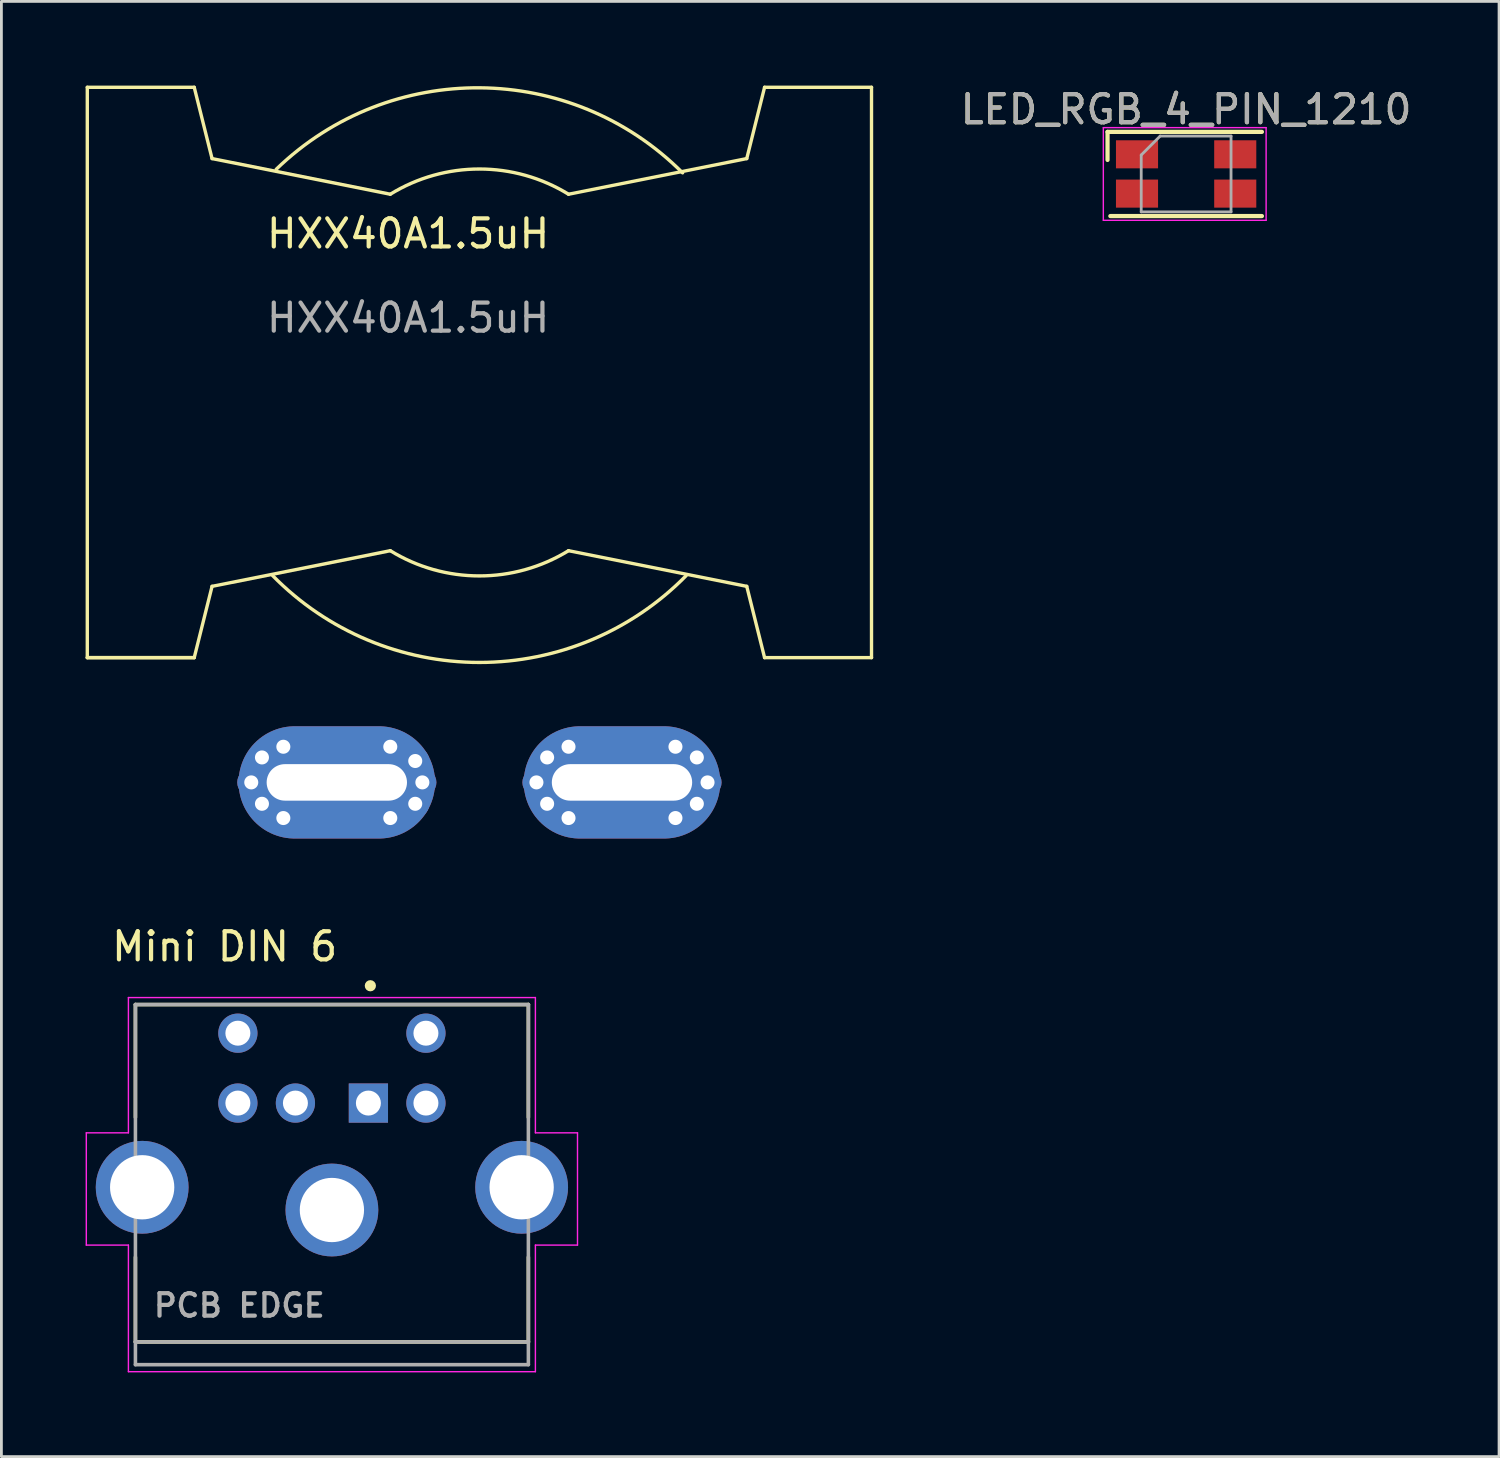
<source format=kicad_pcb>
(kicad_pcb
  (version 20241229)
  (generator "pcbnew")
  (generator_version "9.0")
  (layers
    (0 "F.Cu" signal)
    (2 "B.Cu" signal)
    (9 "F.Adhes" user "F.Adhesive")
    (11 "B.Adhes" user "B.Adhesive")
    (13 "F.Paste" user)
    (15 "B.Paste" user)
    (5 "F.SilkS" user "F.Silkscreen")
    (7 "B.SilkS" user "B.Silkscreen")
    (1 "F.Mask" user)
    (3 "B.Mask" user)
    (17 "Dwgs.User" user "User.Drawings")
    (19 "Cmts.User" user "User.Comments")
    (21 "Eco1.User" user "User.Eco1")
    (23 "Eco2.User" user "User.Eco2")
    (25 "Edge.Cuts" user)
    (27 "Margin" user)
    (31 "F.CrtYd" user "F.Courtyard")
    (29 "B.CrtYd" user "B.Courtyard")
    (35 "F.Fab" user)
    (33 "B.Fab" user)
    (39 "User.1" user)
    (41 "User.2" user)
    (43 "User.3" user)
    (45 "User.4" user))
  (footprint "HXX40A1.5uH"
    (layer "F.Cu")
    (at 14.03 10.22)
    (property "Reference" "HXX40A1.5uH" (at -2.54 -4.945 0) (unlocked yes) (layer "F.SilkS") (effects (font (size 1 1) (thickness 0.15))))
    (attr through_hole)
    (fp_line (start -13.97 -10.16) (end -10.16 -10.16) (stroke (width 0.12) (type solid)) (layer "F.SilkS"))
    (fp_line (start -13.97 10.16) (end -13.97 -10.16) (stroke (width 0.12) (type solid)) (layer "F.SilkS"))
    (fp_line (start -13.97 10.16) (end -10.16 10.16) (stroke (width 0.12) (type solid)) (layer "F.SilkS"))
    (fp_line (start -13.97 10.16) (end -10.16 10.16) (stroke (width 0.12) (type solid)) (layer "F.SilkS"))
    (fp_line (start -10.16 -10.16) (end -9.525 -7.62) (stroke (width 0.12) (type solid)) (layer "F.SilkS"))
    (fp_line (start -10.16 10.16) (end -9.525 7.62) (stroke (width 0.12) (type solid)) (layer "F.SilkS"))
    (fp_line (start -9.525 -7.62) (end -3.175 -6.35) (stroke (width 0.12) (type solid)) (layer "F.SilkS"))
    (fp_line (start -9.525 7.62) (end -3.175 6.35) (stroke (width 0.12) (type solid)) (layer "F.SilkS"))
    (fp_line (start 9.525 -7.62) (end 3.175 -6.35) (stroke (width 0.12) (type solid)) (layer "F.SilkS"))
    (fp_line (start 9.525 7.62) (end 3.175 6.35) (stroke (width 0.12) (type solid)) (layer "F.SilkS"))
    (fp_line (start 10.16 -10.16) (end 9.525 -7.62) (stroke (width 0.12) (type solid)) (layer "F.SilkS"))
    (fp_line (start 10.16 -10.16) (end 13.97 -10.16) (stroke (width 0.12) (type solid)) (layer "F.SilkS"))
    (fp_line (start 10.16 10.16) (end 9.525 7.62) (stroke (width 0.12) (type solid)) (layer "F.SilkS"))
    (fp_line (start 10.16 10.16) (end 13.97 10.16) (stroke (width 0.12) (type solid)) (layer "F.SilkS"))
    (fp_line (start 13.97 -10.16) (end 13.97 10.16) (stroke (width 0.12) (type solid)) (layer "F.SilkS"))
    (fp_arc (start -7.239 -7.239) (mid 0.04425 -10.140963) (end 7.239 -7.112) (stroke (width 0.12) (type solid)) (layer "F.SilkS"))
    (fp_arc (start -3.175 -6.35) (mid 0 -7.248512) (end 3.175 -6.35) (stroke (width 0.12) (type solid)) (layer "F.SilkS"))
    (fp_arc (start 3.175 6.35) (mid 0 7.248512) (end -3.175 6.35) (stroke (width 0.12) (type solid)) (layer "F.SilkS"))
    (fp_arc (start 7.366 7.239) (mid 0 10.331411) (end -7.366 7.239) (stroke (width 0.12) (type solid)) (layer "F.SilkS"))
    (fp_text user "${REFERENCE}" (at -2.54 -1.945 0) (unlocked yes) (layer "F.Fab") (effects (font (size 1 1) (thickness 0.15))))
    (pad "1" thru_hole circle (at -8.128 14.605) (size 1 1) (drill 0.5) (layers "*.Cu" "*.Mask"))
    (pad "1" thru_hole circle (at -7.747 13.716) (size 1 1) (drill 0.5) (layers "*.Cu" "*.Mask"))
    (pad "1" thru_hole circle (at -7.747 15.367) (size 1 1) (drill 0.5) (layers "*.Cu" "*.Mask"))
    (pad "1" thru_hole circle (at -6.985 13.335) (size 1 1) (drill 0.5) (layers "*.Cu" "*.Mask"))
    (pad "1" thru_hole circle (at -6.985 15.875) (size 1 1) (drill 0.5) (layers "*.Cu" "*.Mask"))
    (pad "1" thru_hole oval (at -5.08 14.605) (size 7 4) (drill oval 5 1.3) (layers "*.Cu" "*.Mask"))
    (pad "1" thru_hole circle (at -3.175 13.335) (size 1 1) (drill 0.5) (layers "*.Cu" "*.Mask"))
    (pad "1" thru_hole circle (at -3.175 15.875) (size 1 1) (drill 0.5) (layers "*.Cu" "*.Mask"))
    (pad "1" thru_hole circle (at -2.286 13.843) (size 1 1) (drill 0.5) (layers "*.Cu" "*.Mask"))
    (pad "1" thru_hole circle (at -2.286 15.367) (size 1 1) (drill 0.5) (layers "*.Cu" "*.Mask"))
    (pad "1" thru_hole circle (at -2.032 14.605) (size 1 1) (drill 0.5) (layers "*.Cu" "*.Mask"))
    (pad "2" thru_hole circle (at 2.032 14.605) (size 1 1) (drill 0.5) (layers "*.Cu" "*.Mask"))
    (pad "2" thru_hole circle (at 2.413 13.716) (size 1 1) (drill 0.5) (layers "*.Cu" "*.Mask"))
    (pad "2" thru_hole circle (at 2.413 15.367) (size 1 1) (drill 0.5) (layers "*.Cu" "*.Mask"))
    (pad "2" thru_hole circle (at 3.175 13.335) (size 1 1) (drill 0.5) (layers "*.Cu" "*.Mask"))
    (pad "2" thru_hole circle (at 3.175 15.875) (size 1 1) (drill 0.5) (layers "*.Cu" "*.Mask"))
    (pad "2" thru_hole oval (at 5.08 14.605) (size 7 4) (drill oval 5 1.3) (layers "*.Cu" "*.Mask"))
    (pad "2" thru_hole circle (at 6.985 13.335) (size 1 1) (drill 0.5) (layers "*.Cu" "*.Mask"))
    (pad "2" thru_hole circle (at 6.985 15.875) (size 1 1) (drill 0.5) (layers "*.Cu" "*.Mask"))
    (pad "2" thru_hole circle (at 7.747 13.716) (size 1 1) (drill 0.5) (layers "*.Cu" "*.Mask"))
    (pad "2" thru_hole circle (at 7.747 15.367) (size 1 1) (drill 0.5) (layers "*.Cu" "*.Mask"))
    (pad "2" thru_hole circle (at 8.128 14.605) (size 1 1) (drill 0.5) (layers "*.Cu" "*.Mask")))
  (footprint "LED_RGB_4_PIN_1210"
    (layer "F.Cu")
    (at 39.209 3.148)
    (property "Reference" "LED_RGB_4_PIN_1210" (at 0 -2.3 0) (layer "F.SilkS") (effects (font (size 1 1) (thickness 0.15))))
    (attr smd)
    (fp_line (start -2.8 -0.5) (end -2.8 -1.5) (stroke (width 0.15) (type solid)) (layer "F.SilkS"))
    (fp_line (start 2.7 -1.5) (end -2.8 -1.5) (stroke (width 0.15) (type solid)) (layer "F.SilkS"))
    (fp_line (start 2.7 1.5) (end -2.7 1.5) (stroke (width 0.15) (type solid)) (layer "F.SilkS"))
    (fp_line (start -2.95 -1.65) (end -2.95 1.65) (stroke (width 0.05) (type solid)) (layer "F.CrtYd"))
    (fp_line (start -2.95 1.65) (end 2.85 1.65) (stroke (width 0.05) (type solid)) (layer "F.CrtYd"))
    (fp_line (start 2.85 -1.65) (end -2.95 -1.65) (stroke (width 0.05) (type solid)) (layer "F.CrtYd"))
    (fp_line (start 2.85 1.65) (end 2.85 -1.65) (stroke (width 0.05) (type solid)) (layer "F.CrtYd"))
    (fp_line (start -1.6 -0.675) (end -0.925 -1.35) (stroke (width 0.1) (type solid)) (layer "F.Fab"))
    (fp_line (start -1.6 1.35) (end -1.6 -0.675) (stroke (width 0.1) (type solid)) (layer "F.Fab"))
    (fp_line (start -0.925 -1.35) (end 1.6 -1.35) (stroke (width 0.1) (type solid)) (layer "F.Fab"))
    (fp_line (start 1.6 -1.35) (end 1.6 1.35) (stroke (width 0.1) (type solid)) (layer "F.Fab"))
    (fp_line (start 1.6 1.35) (end -1.6 1.35) (stroke (width 0.1) (type solid)) (layer "F.Fab"))
    (fp_text user "${REFERENCE}" (at 0 -2.3 0) (layer "F.Fab") (effects (font (size 1 1) (thickness 0.15))))
    (pad "1" smd rect (at -1.75 -0.7 180) (size 1.5 1) (layers "F.Cu" "F.Mask" "F.Paste"))
    (pad "2" smd rect (at 1.75 -0.7 180) (size 1.5 1) (layers "F.Cu" "F.Mask" "F.Paste"))
    (pad "3" smd rect (at -1.75 0.7 180) (size 1.5 1) (layers "F.Cu" "F.Mask" "F.Paste"))
    (pad "4" smd rect (at 1.75 0.7 180) (size 1.5 1) (layers "F.Cu" "F.Mask" "F.Paste")))
  (footprint "Mini DIN 6"
    (layer "F.Cu")
    (at 8.775 40.06)
    (property "Reference" "Mini DIN 6" (at -3.821 -9.386 0) (layer "F.SilkS") (effects (font (size 1.001 1.001) (thickness 0.15))))
    (attr through_hole)
    (fp_line (start -7 -7.32) (end -7 -3.3) (stroke (width 0.127) (type solid)) (layer "F.SilkS"))
    (fp_line (start -7 1.68) (end -7 4.7) (stroke (width 0.127) (type solid)) (layer "F.SilkS"))
    (fp_line (start -7 4.7) (end 7 4.7) (stroke (width 0.127) (type solid)) (layer "F.SilkS"))
    (fp_line (start 7 -7.32) (end -7 -7.32) (stroke (width 0.127) (type solid)) (layer "F.SilkS"))
    (fp_line (start 7 -3.3) (end 7 -7.32) (stroke (width 0.127) (type solid)) (layer "F.SilkS"))
    (fp_line (start 7 4.7) (end 7 1.68) (stroke (width 0.127) (type solid)) (layer "F.SilkS"))
    (fp_circle (center 1.37 -7.99) (end 1.47 -7.99) (stroke (width 0.2) (type solid)) (fill no) (layer "F.SilkS"))
    (fp_line (start -8.75 -2.75) (end -8.75 1.25) (stroke (width 0.05) (type solid)) (layer "F.CrtYd"))
    (fp_line (start -8.75 1.25) (end -7.25 1.25) (stroke (width 0.05) (type solid)) (layer "F.CrtYd"))
    (fp_line (start -7.25 -7.57) (end -7.25 -2.75) (stroke (width 0.05) (type solid)) (layer "F.CrtYd"))
    (fp_line (start -7.25 -2.75) (end -8.75 -2.75) (stroke (width 0.05) (type solid)) (layer "F.CrtYd"))
    (fp_line (start -7.25 1.25) (end -7.25 5.76) (stroke (width 0.05) (type solid)) (layer "F.CrtYd"))
    (fp_line (start -7.25 5.76) (end 7.25 5.76) (stroke (width 0.05) (type solid)) (layer "F.CrtYd"))
    (fp_line (start 7.25 -7.57) (end -7.25 -7.57) (stroke (width 0.05) (type solid)) (layer "F.CrtYd"))
    (fp_line (start 7.25 -2.75) (end 7.25 -7.57) (stroke (width 0.05) (type solid)) (layer "F.CrtYd"))
    (fp_line (start 7.25 1.25) (end 8.75 1.25) (stroke (width 0.05) (type solid)) (layer "F.CrtYd"))
    (fp_line (start 7.25 5.76) (end 7.25 1.25) (stroke (width 0.05) (type solid)) (layer "F.CrtYd"))
    (fp_line (start 8.75 -2.75) (end 7.25 -2.75) (stroke (width 0.05) (type solid)) (layer "F.CrtYd"))
    (fp_line (start 8.75 1.25) (end 8.75 -2.75) (stroke (width 0.05) (type solid)) (layer "F.CrtYd"))
    (fp_line (start -7 -7.32) (end -7 4.7) (stroke (width 0.127) (type solid)) (layer "F.Fab"))
    (fp_line (start -7 4.7) (end -7 5.51) (stroke (width 0.127) (type solid)) (layer "F.Fab"))
    (fp_line (start -7 4.7) (end 7 4.7) (stroke (width 0.127) (type solid)) (layer "F.Fab"))
    (fp_line (start -7 5.51) (end 7 5.51) (stroke (width 0.127) (type solid)) (layer "F.Fab"))
    (fp_line (start 7 -7.32) (end -7 -7.32) (stroke (width 0.127) (type solid)) (layer "F.Fab"))
    (fp_line (start 7 4.7) (end 7 -7.32) (stroke (width 0.127) (type solid)) (layer "F.Fab"))
    (fp_line (start 7 5.51) (end 7 4.7) (stroke (width 0.127) (type solid)) (layer "F.Fab"))
    (fp_text user "PCB EDGE" (at -3.3 3.4 0) (layer "F.Fab") (effects (font (size 0.801 0.801) (thickness 0.15))))
    (pad "1" thru_hole rect (at 1.3 -3.81) (size 1.398 1.398) (drill 0.89) (layers "*.Cu" "*.Mask"))
    (pad "2" thru_hole circle (at -1.3 -3.81) (size 1.398 1.398) (drill 0.89) (layers "*.Cu" "*.Mask"))
    (pad "3" thru_hole circle (at 3.35 -3.81) (size 1.398 1.398) (drill 0.89) (layers "*.Cu" "*.Mask"))
    (pad "4" thru_hole circle (at -3.35 -3.81) (size 1.398 1.398) (drill 0.89) (layers "*.Cu" "*.Mask"))
    (pad "5" thru_hole circle (at 3.35 -6.3) (size 1.398 1.398) (drill 0.89) (layers "*.Cu" "*.Mask"))
    (pad "6" thru_hole circle (at -3.35 -6.3) (size 1.398 1.398) (drill 0.89) (layers "*.Cu" "*.Mask"))
    (pad "S1" thru_hole circle (at 0 0) (size 3.306 3.306) (drill 2.29) (layers "*.Cu" "*.Mask"))
    (pad "S2" thru_hole circle (at -6.76 -0.81) (size 3.306 3.306) (drill 2.29) (layers "*.Cu" "*.Mask"))
    (pad "S3" thru_hole circle (at 6.76 -0.81) (size 3.306 3.306) (drill 2.29) (layers "*.Cu" "*.Mask")))
  (gr_rect
    (start -3 -3)
    (end 50.358 48.845)
    (stroke (width 0.1) (type default))
    (fill no)
    (layer "Edge.Cuts")))
</source>
